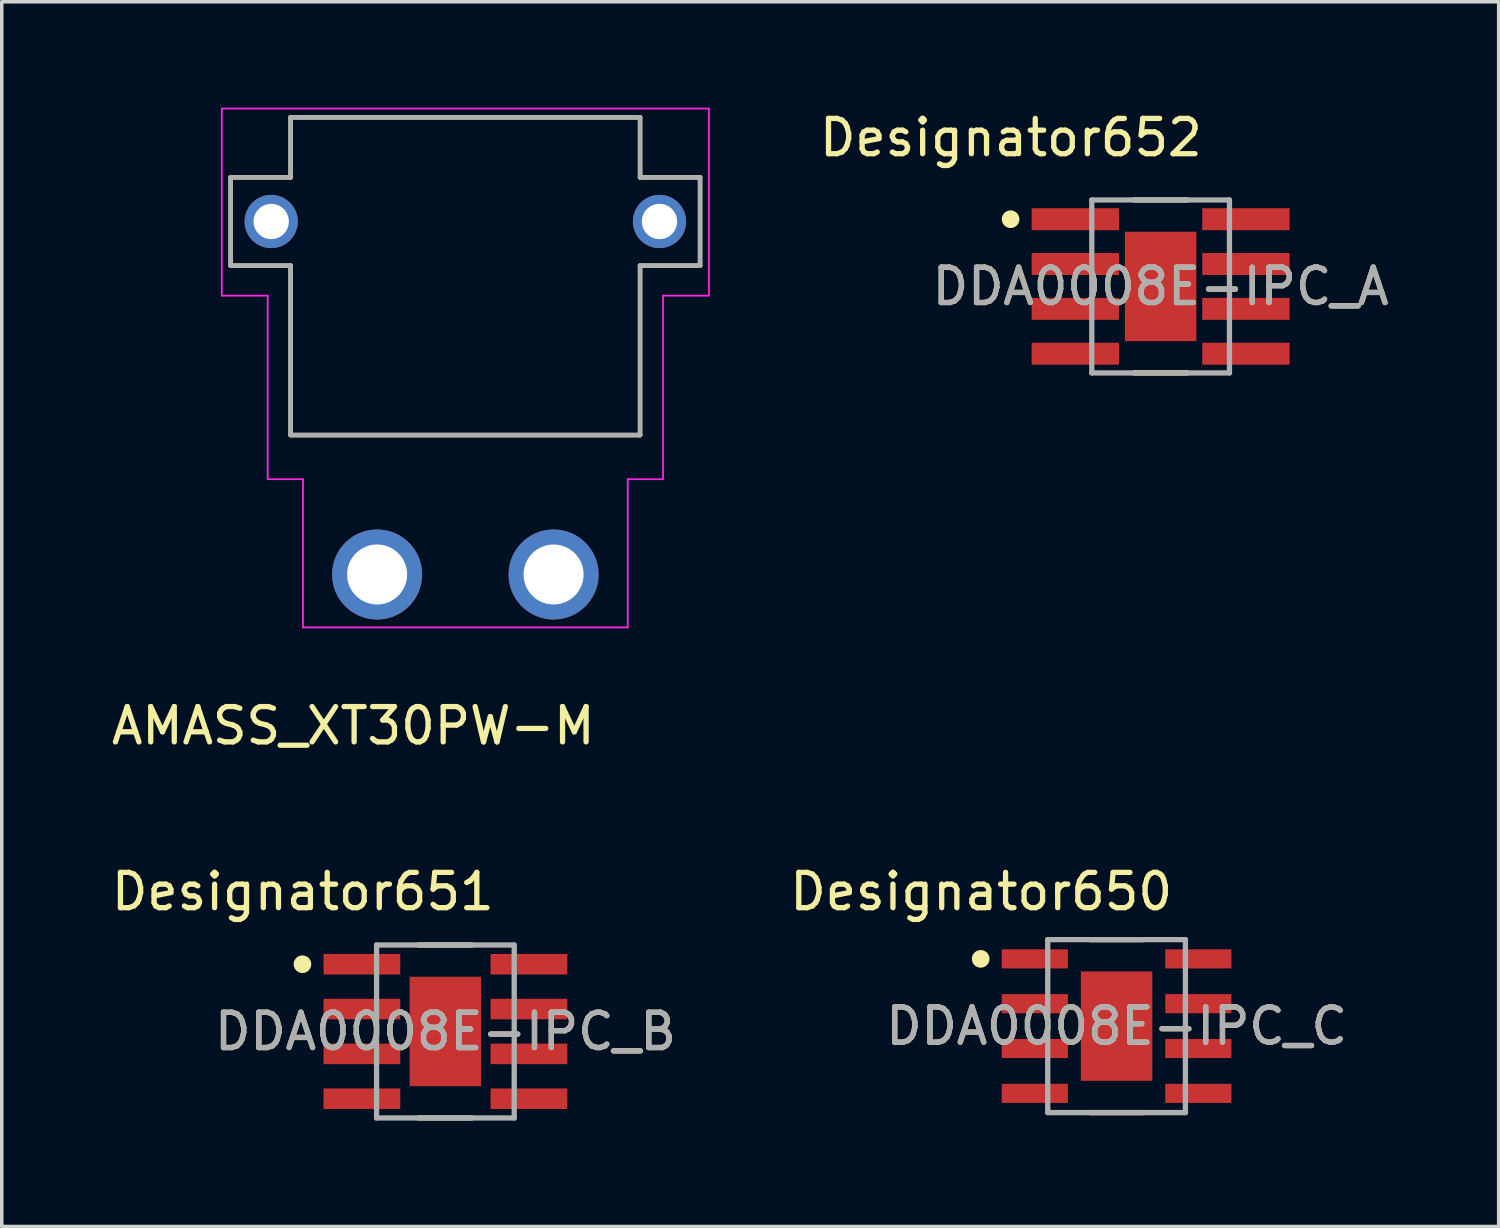
<source format=kicad_pcb>
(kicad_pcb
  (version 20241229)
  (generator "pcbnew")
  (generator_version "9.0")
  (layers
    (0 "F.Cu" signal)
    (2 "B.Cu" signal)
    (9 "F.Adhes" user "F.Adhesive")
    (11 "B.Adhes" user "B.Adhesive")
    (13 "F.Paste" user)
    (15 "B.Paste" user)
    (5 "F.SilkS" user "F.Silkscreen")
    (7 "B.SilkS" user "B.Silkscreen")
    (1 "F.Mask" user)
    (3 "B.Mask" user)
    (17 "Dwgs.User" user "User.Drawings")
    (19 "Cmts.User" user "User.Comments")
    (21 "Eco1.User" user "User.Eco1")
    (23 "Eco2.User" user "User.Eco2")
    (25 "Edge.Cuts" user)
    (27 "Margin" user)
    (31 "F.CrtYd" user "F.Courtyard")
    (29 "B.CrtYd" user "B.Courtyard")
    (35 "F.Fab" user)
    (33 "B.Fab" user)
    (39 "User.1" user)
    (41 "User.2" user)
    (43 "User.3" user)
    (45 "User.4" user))
  (footprint "DDA0008E-IPC_A"
    (layer "F.Cu")
    (at 29.83 5.065)
    (property "Reference" "DDA0008E-IPC_A" (at 0 0 0) (unlocked yes) (layer "F.SilkS") (effects (font (size 1 1) (thickness 0.15))))
    (attr smd)
    (fp_line (start -0.75 -2.45) (end 0.75 -2.45) (stroke (width 0.15) (type solid)) (layer "F.SilkS"))
    (fp_line (start -0.75 2.45) (end 0.75 2.45) (stroke (width 0.15) (type solid)) (layer "F.SilkS"))
    (fp_circle (center -4.25 -1.905) (end -4.125 -1.905) (stroke (width 0.25) (type solid)) (fill no) (layer "F.SilkS"))
    (fp_poly (pts (xy -0.568 1.105) (xy 0.568 1.105) (xy 0.568 -1.105) (xy -0.568 -1.105)) (stroke (width 0) (type solid)) (fill yes) (layer "F.Paste"))
    (fp_line (start -1.95 -2.45) (end 1.95 -2.45) (stroke (width 0.15) (type solid)) (layer "F.Fab"))
    (fp_line (start -1.95 2.45) (end -1.95 -2.45) (stroke (width 0.15) (type solid)) (layer "F.Fab"))
    (fp_line (start -1.95 2.45) (end 1.95 2.45) (stroke (width 0.15) (type solid)) (layer "F.Fab"))
    (fp_line (start 1.95 2.45) (end 1.95 -2.45) (stroke (width 0.15) (type solid)) (layer "F.Fab"))
    (fp_text user "Designator652" (at -4.242 -4.216 0) (unlocked yes) (layer "F.SilkS") (effects (font (size 1 1) (thickness 0.15))))
    (fp_text user "${REFERENCE}" (at 0 0 0) (unlocked yes) (layer "F.Fab") (effects (font (size 1 1) (thickness 0.15))))
    (pad "1" smd rect (at -2.416 -1.905) (size 2.474 0.622) (layers "F.Cu" "F.Mask" "F.Paste"))
    (pad "2" smd rect (at -2.416 -0.635) (size 2.474 0.622) (layers "F.Cu" "F.Mask" "F.Paste"))
    (pad "3" smd rect (at -2.416 0.635) (size 2.474 0.622) (layers "F.Cu" "F.Mask" "F.Paste"))
    (pad "4" smd rect (at -2.416 1.905) (size 2.474 0.622) (layers "F.Cu" "F.Mask" "F.Paste"))
    (pad "5" smd rect (at 2.416 1.905) (size 2.474 0.622) (layers "F.Cu" "F.Mask" "F.Paste"))
    (pad "6" smd rect (at 2.416 0.635) (size 2.474 0.622) (layers "F.Cu" "F.Mask" "F.Paste"))
    (pad "7" smd rect (at 2.416 -0.635) (size 2.474 0.622) (layers "F.Cu" "F.Mask" "F.Paste"))
    (pad "8" smd rect (at 2.416 -1.905) (size 2.474 0.622) (layers "F.Cu" "F.Mask" "F.Paste"))
    (pad "9" smd rect (at 0 0) (size 2.025 3.1) (layers "F.Cu" "F.Mask")))
  (footprint "DDA0008E-IPC_B"
    (layer "F.Cu")
    (at 9.568 26.171)
    (property "Reference" "DDA0008E-IPC_B" (at 0 0 0) (unlocked yes) (layer "F.SilkS") (effects (font (size 1 1) (thickness 0.15))))
    (attr smd)
    (fp_line (start -0.75 -2.45) (end 0.75 -2.45) (stroke (width 0.15) (type solid)) (layer "F.SilkS"))
    (fp_line (start -0.75 2.45) (end 0.75 2.45) (stroke (width 0.15) (type solid)) (layer "F.SilkS"))
    (fp_circle (center -4.05 -1.905) (end -3.925 -1.905) (stroke (width 0.25) (type solid)) (fill no) (layer "F.SilkS"))
    (fp_poly (pts (xy -0.568 1.105) (xy 0.568 1.105) (xy 0.568 -1.105) (xy -0.568 -1.105)) (stroke (width 0) (type solid)) (fill yes) (layer "F.Paste"))
    (fp_line (start -1.95 -2.45) (end 1.95 -2.45) (stroke (width 0.15) (type solid)) (layer "F.Fab"))
    (fp_line (start -1.95 2.45) (end -1.95 -2.45) (stroke (width 0.15) (type solid)) (layer "F.Fab"))
    (fp_line (start -1.95 2.45) (end 1.95 2.45) (stroke (width 0.15) (type solid)) (layer "F.Fab"))
    (fp_line (start 1.95 2.45) (end 1.95 -2.45) (stroke (width 0.15) (type solid)) (layer "F.Fab"))
    (fp_text user "Designator651" (at -4.039 -3.962 0) (unlocked yes) (layer "F.SilkS") (effects (font (size 1 1) (thickness 0.15))))
    (fp_text user "${REFERENCE}" (at 0 0 0) (unlocked yes) (layer "F.Fab") (effects (font (size 1 1) (thickness 0.15))))
    (pad "1" smd rect (at -2.366 -1.905) (size 2.174 0.582) (layers "F.Cu" "F.Mask" "F.Paste"))
    (pad "2" smd rect (at -2.366 -0.635) (size 2.174 0.582) (layers "F.Cu" "F.Mask" "F.Paste"))
    (pad "3" smd rect (at -2.366 0.635) (size 2.174 0.582) (layers "F.Cu" "F.Mask" "F.Paste"))
    (pad "4" smd rect (at -2.366 1.905) (size 2.174 0.582) (layers "F.Cu" "F.Mask" "F.Paste"))
    (pad "5" smd rect (at 2.366 1.905) (size 2.174 0.582) (layers "F.Cu" "F.Mask" "F.Paste"))
    (pad "6" smd rect (at 2.366 0.635) (size 2.174 0.582) (layers "F.Cu" "F.Mask" "F.Paste"))
    (pad "7" smd rect (at 2.366 -0.635) (size 2.174 0.582) (layers "F.Cu" "F.Mask" "F.Paste"))
    (pad "8" smd rect (at 2.366 -1.905) (size 2.174 0.582) (layers "F.Cu" "F.Mask" "F.Paste"))
    (pad "9" smd rect (at 0 0) (size 2.025 3.1) (layers "F.Cu" "F.Mask")))
  (footprint "DDA0008E-IPC_C"
    (layer "F.Cu")
    (at 28.582 26.019)
    (property "Reference" "DDA0008E-IPC_C" (at 0 0 0) (unlocked yes) (layer "F.SilkS") (effects (font (size 1 1) (thickness 0.15))))
    (attr smd)
    (fp_line (start -0.75 -2.45) (end 0.75 -2.45) (stroke (width 0.15) (type solid)) (layer "F.SilkS"))
    (fp_line (start -0.75 2.45) (end 0.75 2.45) (stroke (width 0.15) (type solid)) (layer "F.SilkS"))
    (fp_circle (center -3.85 -1.905) (end -3.725 -1.905) (stroke (width 0.25) (type solid)) (fill no) (layer "F.SilkS"))
    (fp_poly (pts (xy -0.568 1.105) (xy 0.568 1.105) (xy 0.568 -1.105) (xy -0.568 -1.105)) (stroke (width 0) (type solid)) (fill yes) (layer "F.Paste"))
    (fp_line (start -1.95 -2.45) (end 1.95 -2.45) (stroke (width 0.15) (type solid)) (layer "F.Fab"))
    (fp_line (start -1.95 2.45) (end -1.95 -2.45) (stroke (width 0.15) (type solid)) (layer "F.Fab"))
    (fp_line (start -1.95 2.45) (end 1.95 2.45) (stroke (width 0.15) (type solid)) (layer "F.Fab"))
    (fp_line (start 1.95 2.45) (end 1.95 -2.45) (stroke (width 0.15) (type solid)) (layer "F.Fab"))
    (fp_text user "Designator650" (at -3.835 -3.81 0) (unlocked yes) (layer "F.SilkS") (effects (font (size 1 1) (thickness 0.15))))
    (fp_text user "${REFERENCE}" (at 0 0 0) (unlocked yes) (layer "F.Fab") (effects (font (size 1 1) (thickness 0.15))))
    (pad "1" smd rect (at -2.316 -1.905) (size 1.874 0.542) (layers "F.Cu" "F.Mask" "F.Paste"))
    (pad "2" smd rect (at -2.316 -0.635) (size 1.874 0.542) (layers "F.Cu" "F.Mask" "F.Paste"))
    (pad "3" smd rect (at -2.316 0.635) (size 1.874 0.542) (layers "F.Cu" "F.Mask" "F.Paste"))
    (pad "4" smd rect (at -2.316 1.905) (size 1.874 0.542) (layers "F.Cu" "F.Mask" "F.Paste"))
    (pad "5" smd rect (at 2.316 1.905) (size 1.874 0.542) (layers "F.Cu" "F.Mask" "F.Paste"))
    (pad "6" smd rect (at 2.316 0.635) (size 1.874 0.542) (layers "F.Cu" "F.Mask" "F.Paste"))
    (pad "7" smd rect (at 2.316 -0.635) (size 1.874 0.542) (layers "F.Cu" "F.Mask" "F.Paste"))
    (pad "8" smd rect (at 2.316 -1.905) (size 1.874 0.542) (layers "F.Cu" "F.Mask" "F.Paste"))
    (pad "9" smd rect (at 0 0) (size 2.025 3.1) (layers "F.Cu" "F.Mask")))
  (footprint "AMASS_XT30PW-M"
    (layer "F.Cu")
    (at 10.133 3.225)
    (property "Reference" "AMASS_XT30PW-M" (at -3.175 14.287 0) (layer "F.SilkS") (effects (font (size 1 1) (thickness 0.15))))
    (attr through_hole)
    (fp_line (start -6.65 -1.25) (end -4.95 -1.25) (stroke (width 0.127) (type solid)) (layer "F.SilkS"))
    (fp_line (start -6.65 1.25) (end -6.65 -1.25) (stroke (width 0.127) (type solid)) (layer "F.SilkS"))
    (fp_line (start -4.95 -2.95) (end 4.95 -2.95) (stroke (width 0.127) (type solid)) (layer "F.SilkS"))
    (fp_line (start -4.95 -1.25) (end -4.95 -2.95) (stroke (width 0.127) (type solid)) (layer "F.SilkS"))
    (fp_line (start -4.95 1.25) (end -6.65 1.25) (stroke (width 0.127) (type solid)) (layer "F.SilkS"))
    (fp_line (start -4.95 6.05) (end -4.95 1.25) (stroke (width 0.127) (type solid)) (layer "F.SilkS"))
    (fp_line (start 4.95 -2.95) (end 4.95 -1.25) (stroke (width 0.127) (type solid)) (layer "F.SilkS"))
    (fp_line (start 4.95 -1.25) (end 6.65 -1.25) (stroke (width 0.127) (type solid)) (layer "F.SilkS"))
    (fp_line (start 4.95 1.25) (end 4.95 6.05) (stroke (width 0.127) (type solid)) (layer "F.SilkS"))
    (fp_line (start 4.95 6.05) (end -4.95 6.05) (stroke (width 0.127) (type solid)) (layer "F.SilkS"))
    (fp_line (start 6.65 -1.25) (end 6.65 1.25) (stroke (width 0.127) (type solid)) (layer "F.SilkS"))
    (fp_line (start 6.65 1.25) (end 4.95 1.25) (stroke (width 0.127) (type solid)) (layer "F.SilkS"))
    (fp_line (start -6.9 -3.2) (end -6.9 2.1) (stroke (width 0.05) (type solid)) (layer "F.CrtYd"))
    (fp_line (start -6.9 2.1) (end -5.6 2.1) (stroke (width 0.05) (type default)) (layer "F.CrtYd"))
    (fp_line (start -5.6 2.1) (end -5.6 7.3) (stroke (width 0.05) (type default)) (layer "F.CrtYd"))
    (fp_line (start -5.6 7.3) (end -4.6 7.3) (stroke (width 0.05) (type default)) (layer "F.CrtYd"))
    (fp_line (start -4.6 7.3) (end -4.6 11.5) (stroke (width 0.05) (type default)) (layer "F.CrtYd"))
    (fp_line (start -4.6 11.5) (end 4.6 11.5) (stroke (width 0.05) (type solid)) (layer "F.CrtYd"))
    (fp_line (start 4.6 7.3) (end 4.6 11.5) (stroke (width 0.05) (type default)) (layer "F.CrtYd"))
    (fp_line (start 5.6 2.1) (end 5.6 7.3) (stroke (width 0.05) (type default)) (layer "F.CrtYd"))
    (fp_line (start 5.6 7.3) (end 4.6 7.3) (stroke (width 0.05) (type default)) (layer "F.CrtYd"))
    (fp_line (start 6.9 -3.2) (end -6.9 -3.2) (stroke (width 0.05) (type solid)) (layer "F.CrtYd"))
    (fp_line (start 6.9 2.1) (end 5.6 2.1) (stroke (width 0.05) (type default)) (layer "F.CrtYd"))
    (fp_line (start 6.9 2.1) (end 6.9 -3.2) (stroke (width 0.05) (type solid)) (layer "F.CrtYd"))
    (fp_line (start -6.65 -1.25) (end -4.95 -1.25) (stroke (width 0.127) (type solid)) (layer "F.Fab"))
    (fp_line (start -6.65 1.25) (end -6.65 -1.25) (stroke (width 0.127) (type solid)) (layer "F.Fab"))
    (fp_line (start -4.95 -2.95) (end 4.95 -2.95) (stroke (width 0.127) (type solid)) (layer "F.Fab"))
    (fp_line (start -4.95 -1.25) (end -4.95 -2.95) (stroke (width 0.127) (type solid)) (layer "F.Fab"))
    (fp_line (start -4.95 1.25) (end -6.65 1.25) (stroke (width 0.127) (type solid)) (layer "F.Fab"))
    (fp_line (start -4.95 6.05) (end -4.95 1.25) (stroke (width 0.127) (type solid)) (layer "F.Fab"))
    (fp_line (start 4.95 -2.95) (end 4.95 -1.25) (stroke (width 0.127) (type solid)) (layer "F.Fab"))
    (fp_line (start 4.95 -1.25) (end 6.65 -1.25) (stroke (width 0.127) (type solid)) (layer "F.Fab"))
    (fp_line (start 4.95 1.25) (end 4.95 6.05) (stroke (width 0.127) (type solid)) (layer "F.Fab"))
    (fp_line (start 4.95 6.05) (end -4.95 6.05) (stroke (width 0.127) (type solid)) (layer "F.Fab"))
    (fp_line (start 6.65 -1.25) (end 6.65 1.25) (stroke (width 0.127) (type solid)) (layer "F.Fab"))
    (fp_line (start 6.65 1.25) (end 4.95 1.25) (stroke (width 0.127) (type solid)) (layer "F.Fab"))
    (pad "N" thru_hole circle (at 2.5 10) (size 2.55 2.55) (drill 1.7) (layers "*.Cu" "*.Mask"))
    (pad "P" thru_hole circle (at -2.5 10) (size 2.55 2.55) (drill 1.7) (layers "*.Cu" "*.Mask"))
    (pad "S1" thru_hole circle (at 5.5 0) (size 1.508 1.508) (drill 1) (layers "*.Cu" "*.Mask"))
    (pad "S2" thru_hole circle (at -5.5 0) (size 1.508 1.508) (drill 1) (layers "*.Cu" "*.Mask")))
  (gr_rect
    (start -3 -3)
    (end 39.407 31.696)
    (stroke (width 0.1) (type default))
    (fill no)
    (layer "Edge.Cuts")))
</source>
